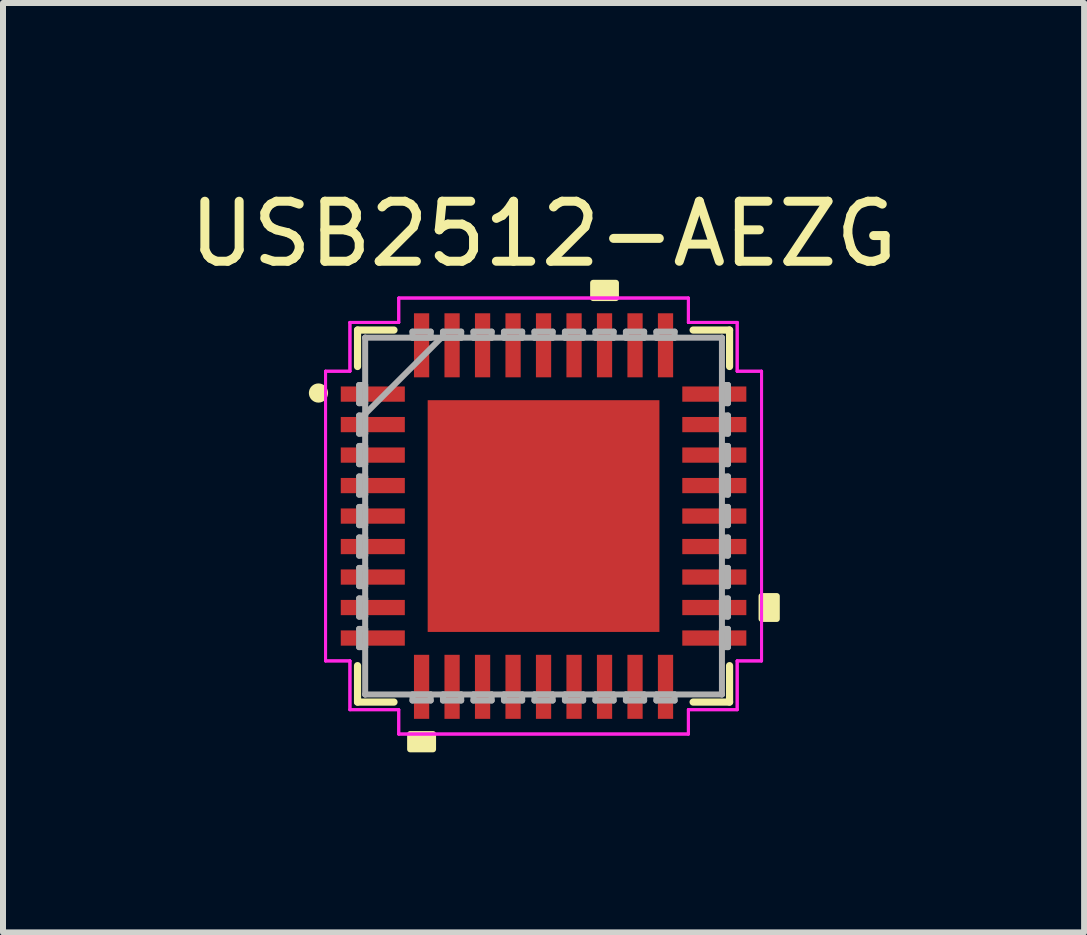
<source format=kicad_pcb>
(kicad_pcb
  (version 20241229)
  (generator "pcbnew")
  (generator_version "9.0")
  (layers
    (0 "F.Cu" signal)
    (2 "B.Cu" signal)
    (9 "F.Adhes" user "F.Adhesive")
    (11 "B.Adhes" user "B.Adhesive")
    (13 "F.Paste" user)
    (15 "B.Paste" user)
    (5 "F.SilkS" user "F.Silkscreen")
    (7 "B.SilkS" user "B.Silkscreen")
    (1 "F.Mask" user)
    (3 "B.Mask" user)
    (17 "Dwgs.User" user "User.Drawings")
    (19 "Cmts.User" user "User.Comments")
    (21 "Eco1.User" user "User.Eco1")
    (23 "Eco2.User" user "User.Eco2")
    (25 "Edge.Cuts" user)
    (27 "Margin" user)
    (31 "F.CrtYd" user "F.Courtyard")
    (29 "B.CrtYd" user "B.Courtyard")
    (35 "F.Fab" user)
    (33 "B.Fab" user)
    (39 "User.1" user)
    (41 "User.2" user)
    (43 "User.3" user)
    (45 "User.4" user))
  (footprint "USB2512-AEZG"
    (layer "F.Cu")
    (at 6.006 5.548)
    (property "Reference" "USB2512-AEZG" (at 0 -4.7 0) (layer "F.SilkS") (effects (font (size 1 1) (thickness 0.15))))
    (attr smd)
    (fp_poly (pts (xy -1.994 -1.994) (xy -1.381 -1.994) (xy -1.381 1.994) (xy -1.994 1.994)) (stroke (width 0.1) (type solid)) (fill yes) (layer "F.Mask"))
    (fp_poly (pts (xy -1.994 -1.994) (xy 1.994 -1.994) (xy 1.994 -1.381) (xy -1.994 -1.381)) (stroke (width 0.1) (type solid)) (fill yes) (layer "F.Mask"))
    (fp_poly (pts (xy -1.994 -0.981) (xy 1.994 -0.981) (xy 1.994 -0.594) (xy -1.994 -0.594)) (stroke (width 0.1) (type solid)) (fill yes) (layer "F.Mask"))
    (fp_poly (pts (xy -1.994 -0.194) (xy 1.994 -0.194) (xy 1.994 0.194) (xy -1.994 0.194)) (stroke (width 0.1) (type solid)) (fill yes) (layer "F.Mask"))
    (fp_poly (pts (xy -1.994 0.594) (xy 1.994 0.594) (xy 1.994 0.981) (xy -1.994 0.981)) (stroke (width 0.1) (type solid)) (fill yes) (layer "F.Mask"))
    (fp_poly (pts (xy -1.994 1.381) (xy 1.994 1.381) (xy 1.994 1.994) (xy -1.994 1.994)) (stroke (width 0.1) (type solid)) (fill yes) (layer "F.Mask"))
    (fp_poly (pts (xy -0.594 -1.994) (xy -0.981 -1.994) (xy -0.981 1.994) (xy -0.594 1.994)) (stroke (width 0.1) (type solid)) (fill yes) (layer "F.Mask"))
    (fp_poly (pts (xy 0.194 -1.994) (xy -0.194 -1.994) (xy -0.194 1.994) (xy 0.194 1.994)) (stroke (width 0.1) (type solid)) (fill yes) (layer "F.Mask"))
    (fp_poly (pts (xy 0.981 -1.994) (xy 0.594 -1.994) (xy 0.594 1.994) (xy 0.981 1.994)) (stroke (width 0.1) (type solid)) (fill yes) (layer "F.Mask"))
    (fp_poly (pts (xy 1.381 -1.994) (xy 1.994 -1.994) (xy 1.994 1.994) (xy 1.381 1.994)) (stroke (width 0.1) (type solid)) (fill yes) (layer "F.Mask"))
    (fp_line (start -3.099 -3.099) (end -3.099 -2.492) (stroke (width 0.12) (type solid)) (layer "F.SilkS"))
    (fp_line (start -3.099 2.492) (end -3.099 3.099) (stroke (width 0.12) (type solid)) (layer "F.SilkS"))
    (fp_line (start -3.099 3.099) (end -2.492 3.099) (stroke (width 0.12) (type solid)) (layer "F.SilkS"))
    (fp_line (start -2.492 -3.099) (end -3.099 -3.099) (stroke (width 0.12) (type solid)) (layer "F.SilkS"))
    (fp_line (start 2.492 3.099) (end 3.099 3.099) (stroke (width 0.12) (type solid)) (layer "F.SilkS"))
    (fp_line (start 3.099 -3.099) (end 2.492 -3.099) (stroke (width 0.12) (type solid)) (layer "F.SilkS"))
    (fp_line (start 3.099 -2.492) (end 3.099 -3.099) (stroke (width 0.12) (type solid)) (layer "F.SilkS"))
    (fp_line (start 3.099 3.099) (end 3.099 2.492) (stroke (width 0.12) (type solid)) (layer "F.SilkS"))
    (fp_circle (center -3.75 -2.05) (end -3.65 -2.05) (stroke (width 0.12) (type solid)) (fill yes) (layer "F.SilkS"))
    (fp_poly (pts (xy -2.223 3.632) (xy -2.223 3.886) (xy -1.841 3.886) (xy -1.841 3.632)) (stroke (width 0.1) (type solid)) (fill yes) (layer "F.SilkS"))
    (fp_poly (pts (xy 0.826 -3.632) (xy 0.826 -3.886) (xy 1.206 -3.886) (xy 1.206 -3.632)) (stroke (width 0.1) (type solid)) (fill yes) (layer "F.SilkS"))
    (fp_poly (pts (xy 3.886 1.333) (xy 3.886 1.714) (xy 3.632 1.714) (xy 3.632 1.333)) (stroke (width 0.1) (type solid)) (fill yes) (layer "F.SilkS"))
    (fp_poly (pts (xy -1.855 -1.855) (xy -1.855 -1.281) (xy -1.423 -1.281) (xy -1.281 -1.423) (xy -1.281 -1.855)) (stroke (width 0.1) (type solid)) (fill yes) (layer "F.Paste"))
    (fp_poly (pts (xy -1.855 1.281) (xy -1.855 1.855) (xy -1.281 1.855) (xy -1.281 1.423) (xy -1.423 1.281)) (stroke (width 0.1) (type solid)) (fill yes) (layer "F.Paste"))
    (fp_poly (pts (xy 1.281 -1.855) (xy 1.281 -1.423) (xy 1.423 -1.281) (xy 1.855 -1.281) (xy 1.855 -1.855)) (stroke (width 0.1) (type solid)) (fill yes) (layer "F.Paste"))
    (fp_poly (pts (xy 1.423 1.281) (xy 1.281 1.423) (xy 1.281 1.855) (xy 1.855 1.855) (xy 1.855 1.281)) (stroke (width 0.1) (type solid)) (fill yes) (layer "F.Paste"))
    (fp_poly (pts (xy -1.855 -1.081) (xy -1.855 -0.494) (xy -1.423 -0.494) (xy -1.281 -0.635) (xy -1.281 -0.94) (xy -1.423 -1.081)) (stroke (width 0.1) (type solid)) (fill yes) (layer "F.Paste"))
    (fp_poly (pts (xy -1.855 -0.294) (xy -1.855 0.294) (xy -1.423 0.294) (xy -1.281 0.152) (xy -1.281 -0.152) (xy -1.423 -0.294)) (stroke (width 0.1) (type solid)) (fill yes) (layer "F.Paste"))
    (fp_poly (pts (xy -1.855 0.494) (xy -1.855 1.081) (xy -1.423 1.081) (xy -1.281 0.94) (xy -1.281 0.635) (xy -1.423 0.494)) (stroke (width 0.1) (type solid)) (fill yes) (layer "F.Paste"))
    (fp_poly (pts (xy -1.081 -1.855) (xy -1.081 -1.423) (xy -0.94 -1.281) (xy -0.635 -1.281) (xy -0.494 -1.423) (xy -0.494 -1.855)) (stroke (width 0.1) (type solid)) (fill yes) (layer "F.Paste"))
    (fp_poly (pts (xy -0.94 1.281) (xy -1.081 1.423) (xy -1.081 1.855) (xy -0.494 1.855) (xy -0.494 1.423) (xy -0.635 1.281)) (stroke (width 0.1) (type solid)) (fill yes) (layer "F.Paste"))
    (fp_poly (pts (xy -0.294 -1.855) (xy -0.294 -1.423) (xy -0.152 -1.281) (xy 0.152 -1.281) (xy 0.294 -1.423) (xy 0.294 -1.855)) (stroke (width 0.1) (type solid)) (fill yes) (layer "F.Paste"))
    (fp_poly (pts (xy -0.152 1.281) (xy -0.294 1.423) (xy -0.294 1.855) (xy 0.294 1.855) (xy 0.294 1.423) (xy 0.152 1.281)) (stroke (width 0.1) (type solid)) (fill yes) (layer "F.Paste"))
    (fp_poly (pts (xy 0.494 -1.855) (xy 0.494 -1.423) (xy 0.635 -1.281) (xy 0.94 -1.281) (xy 1.081 -1.423) (xy 1.081 -1.855)) (stroke (width 0.1) (type solid)) (fill yes) (layer "F.Paste"))
    (fp_poly (pts (xy 0.635 1.281) (xy 0.494 1.423) (xy 0.494 1.855) (xy 1.081 1.855) (xy 1.081 1.423) (xy 0.94 1.281)) (stroke (width 0.1) (type solid)) (fill yes) (layer "F.Paste"))
    (fp_poly (pts (xy 1.423 -1.081) (xy 1.281 -0.94) (xy 1.281 -0.635) (xy 1.423 -0.494) (xy 1.855 -0.494) (xy 1.855 -1.081)) (stroke (width 0.1) (type solid)) (fill yes) (layer "F.Paste"))
    (fp_poly (pts (xy 1.423 -0.294) (xy 1.281 -0.152) (xy 1.281 0.152) (xy 1.423 0.294) (xy 1.855 0.294) (xy 1.855 -0.294)) (stroke (width 0.1) (type solid)) (fill yes) (layer "F.Paste"))
    (fp_poly (pts (xy 1.423 0.494) (xy 1.281 0.635) (xy 1.281 0.94) (xy 1.423 1.081) (xy 1.855 1.081) (xy 1.855 0.494)) (stroke (width 0.1) (type solid)) (fill yes) (layer "F.Paste"))
    (fp_poly (pts (xy -0.94 -1.081) (xy -1.081 -0.94) (xy -1.081 -0.635) (xy -0.94 -0.494) (xy -0.635 -0.494) (xy -0.494 -0.635) (xy -0.494 -0.94) (xy -0.635 -1.081)) (stroke (width 0.1) (type solid)) (fill yes) (layer "F.Paste"))
    (fp_poly (pts (xy -0.94 -0.294) (xy -1.081 -0.152) (xy -1.081 0.152) (xy -0.94 0.294) (xy -0.635 0.294) (xy -0.494 0.152) (xy -0.494 -0.152) (xy -0.635 -0.294)) (stroke (width 0.1) (type solid)) (fill yes) (layer "F.Paste"))
    (fp_poly (pts (xy -0.94 0.494) (xy -1.081 0.635) (xy -1.081 0.94) (xy -0.94 1.081) (xy -0.635 1.081) (xy -0.494 0.94) (xy -0.494 0.635) (xy -0.635 0.494)) (stroke (width 0.1) (type solid)) (fill yes) (layer "F.Paste"))
    (fp_poly (pts (xy -0.152 -1.081) (xy -0.294 -0.94) (xy -0.294 -0.635) (xy -0.152 -0.494) (xy 0.152 -0.494) (xy 0.294 -0.635) (xy 0.294 -0.94) (xy 0.152 -1.081)) (stroke (width 0.1) (type solid)) (fill yes) (layer "F.Paste"))
    (fp_poly (pts (xy -0.152 -0.294) (xy -0.294 -0.152) (xy -0.294 0.152) (xy -0.152 0.294) (xy 0.152 0.294) (xy 0.294 0.152) (xy 0.294 -0.152) (xy 0.152 -0.294)) (stroke (width 0.1) (type solid)) (fill yes) (layer "F.Paste"))
    (fp_poly (pts (xy -0.152 0.494) (xy -0.294 0.635) (xy -0.294 0.94) (xy -0.152 1.081) (xy 0.152 1.081) (xy 0.294 0.94) (xy 0.294 0.635) (xy 0.152 0.494)) (stroke (width 0.1) (type solid)) (fill yes) (layer "F.Paste"))
    (fp_poly (pts (xy 0.635 -1.081) (xy 0.494 -0.94) (xy 0.494 -0.635) (xy 0.635 -0.494) (xy 0.94 -0.494) (xy 1.081 -0.635) (xy 1.081 -0.94) (xy 0.94 -1.081)) (stroke (width 0.1) (type solid)) (fill yes) (layer "F.Paste"))
    (fp_poly (pts (xy 0.635 -0.294) (xy 0.494 -0.152) (xy 0.494 0.152) (xy 0.635 0.294) (xy 0.94 0.294) (xy 1.081 0.152) (xy 1.081 -0.152) (xy 0.94 -0.294)) (stroke (width 0.1) (type solid)) (fill yes) (layer "F.Paste"))
    (fp_poly (pts (xy 0.635 0.494) (xy 0.494 0.635) (xy 0.494 0.94) (xy 0.635 1.081) (xy 0.94 1.081) (xy 1.081 0.94) (xy 1.081 0.635) (xy 0.94 0.494)) (stroke (width 0.1) (type solid)) (fill yes) (layer "F.Paste"))
    (fp_circle (center -1.181 -1.181) (end -0.8 -1.181) (stroke (width 0.152) (type solid)) (fill no) (layer "Eco1.User"))
    (fp_circle (center -1.181 -0.394) (end -0.8 -0.394) (stroke (width 0.152) (type solid)) (fill no) (layer "Eco1.User"))
    (fp_circle (center -1.181 0.394) (end -0.8 0.394) (stroke (width 0.152) (type solid)) (fill no) (layer "Eco1.User"))
    (fp_circle (center -1.181 1.181) (end -0.8 1.181) (stroke (width 0.152) (type solid)) (fill no) (layer "Eco1.User"))
    (fp_circle (center -0.394 -1.181) (end -0.013 -1.181) (stroke (width 0.152) (type solid)) (fill no) (layer "Eco1.User"))
    (fp_circle (center -0.394 -0.394) (end -0.013 -0.394) (stroke (width 0.152) (type solid)) (fill no) (layer "Eco1.User"))
    (fp_circle (center -0.394 0.394) (end -0.013 0.394) (stroke (width 0.152) (type solid)) (fill no) (layer "Eco1.User"))
    (fp_circle (center -0.394 1.181) (end -0.013 1.181) (stroke (width 0.152) (type solid)) (fill no) (layer "Eco1.User"))
    (fp_circle (center 0.394 -1.181) (end 0.775 -1.181) (stroke (width 0.152) (type solid)) (fill no) (layer "Eco1.User"))
    (fp_circle (center 0.394 -0.394) (end 0.775 -0.394) (stroke (width 0.152) (type solid)) (fill no) (layer "Eco1.User"))
    (fp_circle (center 0.394 0.394) (end 0.775 0.394) (stroke (width 0.152) (type solid)) (fill no) (layer "Eco1.User"))
    (fp_circle (center 0.394 1.181) (end 0.775 1.181) (stroke (width 0.152) (type solid)) (fill no) (layer "Eco1.User"))
    (fp_circle (center 1.181 -1.181) (end 1.562 -1.181) (stroke (width 0.152) (type solid)) (fill no) (layer "Eco1.User"))
    (fp_circle (center 1.181 -0.394) (end 1.562 -0.394) (stroke (width 0.152) (type solid)) (fill no) (layer "Eco1.User"))
    (fp_circle (center 1.181 0.394) (end 1.562 0.394) (stroke (width 0.152) (type solid)) (fill no) (layer "Eco1.User"))
    (fp_circle (center 1.181 1.181) (end 1.562 1.181) (stroke (width 0.152) (type solid)) (fill no) (layer "Eco1.User"))
    (fp_line (start -3.632 -2.413) (end -3.226 -2.413) (stroke (width 0.05) (type solid)) (layer "F.CrtYd"))
    (fp_line (start -3.632 -2.413) (end -3.226 -2.413) (stroke (width 0.05) (type solid)) (layer "F.CrtYd"))
    (fp_line (start -3.632 2.413) (end -3.632 -2.413) (stroke (width 0.05) (type solid)) (layer "F.CrtYd"))
    (fp_line (start -3.632 2.413) (end -3.632 -2.413) (stroke (width 0.05) (type solid)) (layer "F.CrtYd"))
    (fp_line (start -3.226 -3.226) (end -2.413 -3.226) (stroke (width 0.05) (type solid)) (layer "F.CrtYd"))
    (fp_line (start -3.226 -3.226) (end -2.413 -3.226) (stroke (width 0.05) (type solid)) (layer "F.CrtYd"))
    (fp_line (start -3.226 -2.413) (end -3.226 -3.226) (stroke (width 0.05) (type solid)) (layer "F.CrtYd"))
    (fp_line (start -3.226 -2.413) (end -3.226 -3.226) (stroke (width 0.05) (type solid)) (layer "F.CrtYd"))
    (fp_line (start -3.226 2.413) (end -3.632 2.413) (stroke (width 0.05) (type solid)) (layer "F.CrtYd"))
    (fp_line (start -3.226 2.413) (end -3.632 2.413) (stroke (width 0.05) (type solid)) (layer "F.CrtYd"))
    (fp_line (start -3.226 3.226) (end -3.226 2.413) (stroke (width 0.05) (type solid)) (layer "F.CrtYd"))
    (fp_line (start -3.226 3.226) (end -3.226 2.413) (stroke (width 0.05) (type solid)) (layer "F.CrtYd"))
    (fp_line (start -2.413 -3.632) (end 2.413 -3.632) (stroke (width 0.05) (type solid)) (layer "F.CrtYd"))
    (fp_line (start -2.413 -3.632) (end 2.413 -3.632) (stroke (width 0.05) (type solid)) (layer "F.CrtYd"))
    (fp_line (start -2.413 -3.226) (end -2.413 -3.632) (stroke (width 0.05) (type solid)) (layer "F.CrtYd"))
    (fp_line (start -2.413 -3.226) (end -2.413 -3.632) (stroke (width 0.05) (type solid)) (layer "F.CrtYd"))
    (fp_line (start -2.413 3.226) (end -3.226 3.226) (stroke (width 0.05) (type solid)) (layer "F.CrtYd"))
    (fp_line (start -2.413 3.226) (end -3.226 3.226) (stroke (width 0.05) (type solid)) (layer "F.CrtYd"))
    (fp_line (start -2.413 3.632) (end -2.413 3.226) (stroke (width 0.05) (type solid)) (layer "F.CrtYd"))
    (fp_line (start -2.413 3.632) (end -2.413 3.226) (stroke (width 0.05) (type solid)) (layer "F.CrtYd"))
    (fp_line (start 2.413 -3.632) (end 2.413 -3.226) (stroke (width 0.05) (type solid)) (layer "F.CrtYd"))
    (fp_line (start 2.413 -3.632) (end 2.413 -3.226) (stroke (width 0.05) (type solid)) (layer "F.CrtYd"))
    (fp_line (start 2.413 -3.226) (end 3.226 -3.226) (stroke (width 0.05) (type solid)) (layer "F.CrtYd"))
    (fp_line (start 2.413 -3.226) (end 3.226 -3.226) (stroke (width 0.05) (type solid)) (layer "F.CrtYd"))
    (fp_line (start 2.413 3.226) (end 2.413 3.632) (stroke (width 0.05) (type solid)) (layer "F.CrtYd"))
    (fp_line (start 2.413 3.226) (end 2.413 3.632) (stroke (width 0.05) (type solid)) (layer "F.CrtYd"))
    (fp_line (start 2.413 3.632) (end -2.413 3.632) (stroke (width 0.05) (type solid)) (layer "F.CrtYd"))
    (fp_line (start 2.413 3.632) (end -2.413 3.632) (stroke (width 0.05) (type solid)) (layer "F.CrtYd"))
    (fp_line (start 3.226 -3.226) (end 3.226 -2.413) (stroke (width 0.05) (type solid)) (layer "F.CrtYd"))
    (fp_line (start 3.226 -3.226) (end 3.226 -2.413) (stroke (width 0.05) (type solid)) (layer "F.CrtYd"))
    (fp_line (start 3.226 -2.413) (end 3.632 -2.413) (stroke (width 0.05) (type solid)) (layer "F.CrtYd"))
    (fp_line (start 3.226 -2.413) (end 3.632 -2.413) (stroke (width 0.05) (type solid)) (layer "F.CrtYd"))
    (fp_line (start 3.226 2.413) (end 3.226 3.226) (stroke (width 0.05) (type solid)) (layer "F.CrtYd"))
    (fp_line (start 3.226 2.413) (end 3.226 3.226) (stroke (width 0.05) (type solid)) (layer "F.CrtYd"))
    (fp_line (start 3.226 3.226) (end 2.413 3.226) (stroke (width 0.05) (type solid)) (layer "F.CrtYd"))
    (fp_line (start 3.226 3.226) (end 2.413 3.226) (stroke (width 0.05) (type solid)) (layer "F.CrtYd"))
    (fp_line (start 3.632 -2.413) (end 3.632 2.413) (stroke (width 0.05) (type solid)) (layer "F.CrtYd"))
    (fp_line (start 3.632 -2.413) (end 3.632 2.413) (stroke (width 0.05) (type solid)) (layer "F.CrtYd"))
    (fp_line (start 3.632 2.413) (end 3.226 2.413) (stroke (width 0.05) (type solid)) (layer "F.CrtYd"))
    (fp_line (start 3.632 2.413) (end 3.226 2.413) (stroke (width 0.05) (type solid)) (layer "F.CrtYd"))
    (fp_line (start -3.073 -2.184) (end -3.073 -1.88) (stroke (width 0.1) (type solid)) (layer "F.Fab"))
    (fp_line (start -3.073 -1.88) (end -2.972 -1.88) (stroke (width 0.1) (type solid)) (layer "F.Fab"))
    (fp_line (start -3.073 -1.676) (end -3.073 -1.372) (stroke (width 0.1) (type solid)) (layer "F.Fab"))
    (fp_line (start -3.073 -1.372) (end -2.972 -1.372) (stroke (width 0.1) (type solid)) (layer "F.Fab"))
    (fp_line (start -3.073 -1.168) (end -3.073 -0.864) (stroke (width 0.1) (type solid)) (layer "F.Fab"))
    (fp_line (start -3.073 -0.864) (end -2.972 -0.864) (stroke (width 0.1) (type solid)) (layer "F.Fab"))
    (fp_line (start -3.073 -0.66) (end -3.073 -0.356) (stroke (width 0.1) (type solid)) (layer "F.Fab"))
    (fp_line (start -3.073 -0.356) (end -2.972 -0.356) (stroke (width 0.1) (type solid)) (layer "F.Fab"))
    (fp_line (start -3.073 -0.152) (end -3.073 0.152) (stroke (width 0.1) (type solid)) (layer "F.Fab"))
    (fp_line (start -3.073 0.152) (end -2.972 0.152) (stroke (width 0.1) (type solid)) (layer "F.Fab"))
    (fp_line (start -3.073 0.356) (end -3.073 0.66) (stroke (width 0.1) (type solid)) (layer "F.Fab"))
    (fp_line (start -3.073 0.66) (end -2.972 0.66) (stroke (width 0.1) (type solid)) (layer "F.Fab"))
    (fp_line (start -3.073 0.864) (end -3.073 1.168) (stroke (width 0.1) (type solid)) (layer "F.Fab"))
    (fp_line (start -3.073 1.168) (end -2.972 1.168) (stroke (width 0.1) (type solid)) (layer "F.Fab"))
    (fp_line (start -3.073 1.372) (end -3.073 1.676) (stroke (width 0.1) (type solid)) (layer "F.Fab"))
    (fp_line (start -3.073 1.676) (end -2.972 1.676) (stroke (width 0.1) (type solid)) (layer "F.Fab"))
    (fp_line (start -3.073 1.88) (end -3.073 2.184) (stroke (width 0.1) (type solid)) (layer "F.Fab"))
    (fp_line (start -3.073 2.184) (end -2.972 2.184) (stroke (width 0.1) (type solid)) (layer "F.Fab"))
    (fp_line (start -2.972 -2.972) (end -2.972 -2.972) (stroke (width 0.1) (type solid)) (layer "F.Fab"))
    (fp_line (start -2.972 -2.972) (end -2.972 2.972) (stroke (width 0.1) (type solid)) (layer "F.Fab"))
    (fp_line (start -2.972 -2.184) (end -3.073 -2.184) (stroke (width 0.1) (type solid)) (layer "F.Fab"))
    (fp_line (start -2.972 -1.88) (end -2.972 -2.184) (stroke (width 0.1) (type solid)) (layer "F.Fab"))
    (fp_line (start -2.972 -1.702) (end -1.702 -2.972) (stroke (width 0.1) (type solid)) (layer "F.Fab"))
    (fp_line (start -2.972 -1.676) (end -3.073 -1.676) (stroke (width 0.1) (type solid)) (layer "F.Fab"))
    (fp_line (start -2.972 -1.372) (end -2.972 -1.676) (stroke (width 0.1) (type solid)) (layer "F.Fab"))
    (fp_line (start -2.972 -1.168) (end -3.073 -1.168) (stroke (width 0.1) (type solid)) (layer "F.Fab"))
    (fp_line (start -2.972 -0.864) (end -2.972 -1.168) (stroke (width 0.1) (type solid)) (layer "F.Fab"))
    (fp_line (start -2.972 -0.66) (end -3.073 -0.66) (stroke (width 0.1) (type solid)) (layer "F.Fab"))
    (fp_line (start -2.972 -0.356) (end -2.972 -0.66) (stroke (width 0.1) (type solid)) (layer "F.Fab"))
    (fp_line (start -2.972 -0.152) (end -3.073 -0.152) (stroke (width 0.1) (type solid)) (layer "F.Fab"))
    (fp_line (start -2.972 0.152) (end -2.972 -0.152) (stroke (width 0.1) (type solid)) (layer "F.Fab"))
    (fp_line (start -2.972 0.356) (end -3.073 0.356) (stroke (width 0.1) (type solid)) (layer "F.Fab"))
    (fp_line (start -2.972 0.66) (end -2.972 0.356) (stroke (width 0.1) (type solid)) (layer "F.Fab"))
    (fp_line (start -2.972 0.864) (end -3.073 0.864) (stroke (width 0.1) (type solid)) (layer "F.Fab"))
    (fp_line (start -2.972 1.168) (end -2.972 0.864) (stroke (width 0.1) (type solid)) (layer "F.Fab"))
    (fp_line (start -2.972 1.372) (end -3.073 1.372) (stroke (width 0.1) (type solid)) (layer "F.Fab"))
    (fp_line (start -2.972 1.676) (end -2.972 1.372) (stroke (width 0.1) (type solid)) (layer "F.Fab"))
    (fp_line (start -2.972 1.88) (end -3.073 1.88) (stroke (width 0.1) (type solid)) (layer "F.Fab"))
    (fp_line (start -2.972 2.184) (end -2.972 1.88) (stroke (width 0.1) (type solid)) (layer "F.Fab"))
    (fp_line (start -2.972 2.972) (end -2.972 2.972) (stroke (width 0.1) (type solid)) (layer "F.Fab"))
    (fp_line (start -2.972 2.972) (end 2.972 2.972) (stroke (width 0.1) (type solid)) (layer "F.Fab"))
    (fp_line (start -2.184 -3.073) (end -2.184 -2.972) (stroke (width 0.1) (type solid)) (layer "F.Fab"))
    (fp_line (start -2.184 -2.972) (end -1.88 -2.972) (stroke (width 0.1) (type solid)) (layer "F.Fab"))
    (fp_line (start -2.184 2.972) (end -2.184 3.073) (stroke (width 0.1) (type solid)) (layer "F.Fab"))
    (fp_line (start -2.184 3.073) (end -1.88 3.073) (stroke (width 0.1) (type solid)) (layer "F.Fab"))
    (fp_line (start -1.88 -3.073) (end -2.184 -3.073) (stroke (width 0.1) (type solid)) (layer "F.Fab"))
    (fp_line (start -1.88 -2.972) (end -1.88 -3.073) (stroke (width 0.1) (type solid)) (layer "F.Fab"))
    (fp_line (start -1.88 2.972) (end -2.184 2.972) (stroke (width 0.1) (type solid)) (layer "F.Fab"))
    (fp_line (start -1.88 3.073) (end -1.88 2.972) (stroke (width 0.1) (type solid)) (layer "F.Fab"))
    (fp_line (start -1.676 -3.073) (end -1.676 -2.972) (stroke (width 0.1) (type solid)) (layer "F.Fab"))
    (fp_line (start -1.676 -2.972) (end -1.372 -2.972) (stroke (width 0.1) (type solid)) (layer "F.Fab"))
    (fp_line (start -1.676 2.972) (end -1.676 3.073) (stroke (width 0.1) (type solid)) (layer "F.Fab"))
    (fp_line (start -1.676 3.073) (end -1.372 3.073) (stroke (width 0.1) (type solid)) (layer "F.Fab"))
    (fp_line (start -1.372 -3.073) (end -1.676 -3.073) (stroke (width 0.1) (type solid)) (layer "F.Fab"))
    (fp_line (start -1.372 -2.972) (end -1.372 -3.073) (stroke (width 0.1) (type solid)) (layer "F.Fab"))
    (fp_line (start -1.372 2.972) (end -1.676 2.972) (stroke (width 0.1) (type solid)) (layer "F.Fab"))
    (fp_line (start -1.372 3.073) (end -1.372 2.972) (stroke (width 0.1) (type solid)) (layer "F.Fab"))
    (fp_line (start -1.168 -3.073) (end -1.168 -2.972) (stroke (width 0.1) (type solid)) (layer "F.Fab"))
    (fp_line (start -1.168 -2.972) (end -0.864 -2.972) (stroke (width 0.1) (type solid)) (layer "F.Fab"))
    (fp_line (start -1.168 2.972) (end -1.168 3.073) (stroke (width 0.1) (type solid)) (layer "F.Fab"))
    (fp_line (start -1.168 3.073) (end -0.864 3.073) (stroke (width 0.1) (type solid)) (layer "F.Fab"))
    (fp_line (start -0.864 -3.073) (end -1.168 -3.073) (stroke (width 0.1) (type solid)) (layer "F.Fab"))
    (fp_line (start -0.864 -2.972) (end -0.864 -3.073) (stroke (width 0.1) (type solid)) (layer "F.Fab"))
    (fp_line (start -0.864 2.972) (end -1.168 2.972) (stroke (width 0.1) (type solid)) (layer "F.Fab"))
    (fp_line (start -0.864 3.073) (end -0.864 2.972) (stroke (width 0.1) (type solid)) (layer "F.Fab"))
    (fp_line (start -0.66 -3.073) (end -0.66 -2.972) (stroke (width 0.1) (type solid)) (layer "F.Fab"))
    (fp_line (start -0.66 -2.972) (end -0.356 -2.972) (stroke (width 0.1) (type solid)) (layer "F.Fab"))
    (fp_line (start -0.66 2.972) (end -0.66 3.073) (stroke (width 0.1) (type solid)) (layer "F.Fab"))
    (fp_line (start -0.66 3.073) (end -0.356 3.073) (stroke (width 0.1) (type solid)) (layer "F.Fab"))
    (fp_line (start -0.356 -3.073) (end -0.66 -3.073) (stroke (width 0.1) (type solid)) (layer "F.Fab"))
    (fp_line (start -0.356 -2.972) (end -0.356 -3.073) (stroke (width 0.1) (type solid)) (layer "F.Fab"))
    (fp_line (start -0.356 2.972) (end -0.66 2.972) (stroke (width 0.1) (type solid)) (layer "F.Fab"))
    (fp_line (start -0.356 3.073) (end -0.356 2.972) (stroke (width 0.1) (type solid)) (layer "F.Fab"))
    (fp_line (start -0.152 -3.073) (end -0.152 -2.972) (stroke (width 0.1) (type solid)) (layer "F.Fab"))
    (fp_line (start -0.152 -2.972) (end 0.152 -2.972) (stroke (width 0.1) (type solid)) (layer "F.Fab"))
    (fp_line (start -0.152 2.972) (end -0.152 3.073) (stroke (width 0.1) (type solid)) (layer "F.Fab"))
    (fp_line (start -0.152 3.073) (end 0.152 3.073) (stroke (width 0.1) (type solid)) (layer "F.Fab"))
    (fp_line (start 0.152 -3.073) (end -0.152 -3.073) (stroke (width 0.1) (type solid)) (layer "F.Fab"))
    (fp_line (start 0.152 -2.972) (end 0.152 -3.073) (stroke (width 0.1) (type solid)) (layer "F.Fab"))
    (fp_line (start 0.152 2.972) (end -0.152 2.972) (stroke (width 0.1) (type solid)) (layer "F.Fab"))
    (fp_line (start 0.152 3.073) (end 0.152 2.972) (stroke (width 0.1) (type solid)) (layer "F.Fab"))
    (fp_line (start 0.356 -3.073) (end 0.356 -2.972) (stroke (width 0.1) (type solid)) (layer "F.Fab"))
    (fp_line (start 0.356 -2.972) (end 0.66 -2.972) (stroke (width 0.1) (type solid)) (layer "F.Fab"))
    (fp_line (start 0.356 2.972) (end 0.356 3.073) (stroke (width 0.1) (type solid)) (layer "F.Fab"))
    (fp_line (start 0.356 3.073) (end 0.66 3.073) (stroke (width 0.1) (type solid)) (layer "F.Fab"))
    (fp_line (start 0.66 -3.073) (end 0.356 -3.073) (stroke (width 0.1) (type solid)) (layer "F.Fab"))
    (fp_line (start 0.66 -2.972) (end 0.66 -3.073) (stroke (width 0.1) (type solid)) (layer "F.Fab"))
    (fp_line (start 0.66 2.972) (end 0.356 2.972) (stroke (width 0.1) (type solid)) (layer "F.Fab"))
    (fp_line (start 0.66 3.073) (end 0.66 2.972) (stroke (width 0.1) (type solid)) (layer "F.Fab"))
    (fp_line (start 0.864 -3.073) (end 0.864 -2.972) (stroke (width 0.1) (type solid)) (layer "F.Fab"))
    (fp_line (start 0.864 -2.972) (end 1.168 -2.972) (stroke (width 0.1) (type solid)) (layer "F.Fab"))
    (fp_line (start 0.864 2.972) (end 0.864 3.073) (stroke (width 0.1) (type solid)) (layer "F.Fab"))
    (fp_line (start 0.864 3.073) (end 1.168 3.073) (stroke (width 0.1) (type solid)) (layer "F.Fab"))
    (fp_line (start 1.168 -3.073) (end 0.864 -3.073) (stroke (width 0.1) (type solid)) (layer "F.Fab"))
    (fp_line (start 1.168 -2.972) (end 1.168 -3.073) (stroke (width 0.1) (type solid)) (layer "F.Fab"))
    (fp_line (start 1.168 2.972) (end 0.864 2.972) (stroke (width 0.1) (type solid)) (layer "F.Fab"))
    (fp_line (start 1.168 3.073) (end 1.168 2.972) (stroke (width 0.1) (type solid)) (layer "F.Fab"))
    (fp_line (start 1.372 -3.073) (end 1.372 -2.972) (stroke (width 0.1) (type solid)) (layer "F.Fab"))
    (fp_line (start 1.372 -2.972) (end 1.676 -2.972) (stroke (width 0.1) (type solid)) (layer "F.Fab"))
    (fp_line (start 1.372 2.972) (end 1.372 3.073) (stroke (width 0.1) (type solid)) (layer "F.Fab"))
    (fp_line (start 1.372 3.073) (end 1.676 3.073) (stroke (width 0.1) (type solid)) (layer "F.Fab"))
    (fp_line (start 1.676 -3.073) (end 1.372 -3.073) (stroke (width 0.1) (type solid)) (layer "F.Fab"))
    (fp_line (start 1.676 -2.972) (end 1.676 -3.073) (stroke (width 0.1) (type solid)) (layer "F.Fab"))
    (fp_line (start 1.676 2.972) (end 1.372 2.972) (stroke (width 0.1) (type solid)) (layer "F.Fab"))
    (fp_line (start 1.676 3.073) (end 1.676 2.972) (stroke (width 0.1) (type solid)) (layer "F.Fab"))
    (fp_line (start 1.88 -3.073) (end 1.88 -2.972) (stroke (width 0.1) (type solid)) (layer "F.Fab"))
    (fp_line (start 1.88 -2.972) (end 2.184 -2.972) (stroke (width 0.1) (type solid)) (layer "F.Fab"))
    (fp_line (start 1.88 2.972) (end 1.88 3.073) (stroke (width 0.1) (type solid)) (layer "F.Fab"))
    (fp_line (start 1.88 3.073) (end 2.184 3.073) (stroke (width 0.1) (type solid)) (layer "F.Fab"))
    (fp_line (start 2.184 -3.073) (end 1.88 -3.073) (stroke (width 0.1) (type solid)) (layer "F.Fab"))
    (fp_line (start 2.184 -2.972) (end 2.184 -3.073) (stroke (width 0.1) (type solid)) (layer "F.Fab"))
    (fp_line (start 2.184 2.972) (end 1.88 2.972) (stroke (width 0.1) (type solid)) (layer "F.Fab"))
    (fp_line (start 2.184 3.073) (end 2.184 2.972) (stroke (width 0.1) (type solid)) (layer "F.Fab"))
    (fp_line (start 2.972 -2.972) (end -2.972 -2.972) (stroke (width 0.1) (type solid)) (layer "F.Fab"))
    (fp_line (start 2.972 -2.972) (end 2.972 -2.972) (stroke (width 0.1) (type solid)) (layer "F.Fab"))
    (fp_line (start 2.972 -2.184) (end 2.972 -1.88) (stroke (width 0.1) (type solid)) (layer "F.Fab"))
    (fp_line (start 2.972 -1.88) (end 3.073 -1.88) (stroke (width 0.1) (type solid)) (layer "F.Fab"))
    (fp_line (start 2.972 -1.676) (end 2.972 -1.372) (stroke (width 0.1) (type solid)) (layer "F.Fab"))
    (fp_line (start 2.972 -1.372) (end 3.073 -1.372) (stroke (width 0.1) (type solid)) (layer "F.Fab"))
    (fp_line (start 2.972 -1.168) (end 2.972 -0.864) (stroke (width 0.1) (type solid)) (layer "F.Fab"))
    (fp_line (start 2.972 -0.864) (end 3.073 -0.864) (stroke (width 0.1) (type solid)) (layer "F.Fab"))
    (fp_line (start 2.972 -0.66) (end 2.972 -0.356) (stroke (width 0.1) (type solid)) (layer "F.Fab"))
    (fp_line (start 2.972 -0.356) (end 3.073 -0.356) (stroke (width 0.1) (type solid)) (layer "F.Fab"))
    (fp_line (start 2.972 -0.152) (end 2.972 0.152) (stroke (width 0.1) (type solid)) (layer "F.Fab"))
    (fp_line (start 2.972 0.152) (end 3.073 0.152) (stroke (width 0.1) (type solid)) (layer "F.Fab"))
    (fp_line (start 2.972 0.356) (end 2.972 0.66) (stroke (width 0.1) (type solid)) (layer "F.Fab"))
    (fp_line (start 2.972 0.66) (end 3.073 0.66) (stroke (width 0.1) (type solid)) (layer "F.Fab"))
    (fp_line (start 2.972 0.864) (end 2.972 1.168) (stroke (width 0.1) (type solid)) (layer "F.Fab"))
    (fp_line (start 2.972 1.168) (end 3.073 1.168) (stroke (width 0.1) (type solid)) (layer "F.Fab"))
    (fp_line (start 2.972 1.372) (end 2.972 1.676) (stroke (width 0.1) (type solid)) (layer "F.Fab"))
    (fp_line (start 2.972 1.676) (end 3.073 1.676) (stroke (width 0.1) (type solid)) (layer "F.Fab"))
    (fp_line (start 2.972 1.88) (end 2.972 2.184) (stroke (width 0.1) (type solid)) (layer "F.Fab"))
    (fp_line (start 2.972 2.184) (end 3.073 2.184) (stroke (width 0.1) (type solid)) (layer "F.Fab"))
    (fp_line (start 2.972 2.972) (end 2.972 -2.972) (stroke (width 0.1) (type solid)) (layer "F.Fab"))
    (fp_line (start 2.972 2.972) (end 2.972 2.972) (stroke (width 0.1) (type solid)) (layer "F.Fab"))
    (fp_line (start 3.073 -2.184) (end 2.972 -2.184) (stroke (width 0.1) (type solid)) (layer "F.Fab"))
    (fp_line (start 3.073 -1.88) (end 3.073 -2.184) (stroke (width 0.1) (type solid)) (layer "F.Fab"))
    (fp_line (start 3.073 -1.676) (end 2.972 -1.676) (stroke (width 0.1) (type solid)) (layer "F.Fab"))
    (fp_line (start 3.073 -1.372) (end 3.073 -1.676) (stroke (width 0.1) (type solid)) (layer "F.Fab"))
    (fp_line (start 3.073 -1.168) (end 2.972 -1.168) (stroke (width 0.1) (type solid)) (layer "F.Fab"))
    (fp_line (start 3.073 -0.864) (end 3.073 -1.168) (stroke (width 0.1) (type solid)) (layer "F.Fab"))
    (fp_line (start 3.073 -0.66) (end 2.972 -0.66) (stroke (width 0.1) (type solid)) (layer "F.Fab"))
    (fp_line (start 3.073 -0.356) (end 3.073 -0.66) (stroke (width 0.1) (type solid)) (layer "F.Fab"))
    (fp_line (start 3.073 -0.152) (end 2.972 -0.152) (stroke (width 0.1) (type solid)) (layer "F.Fab"))
    (fp_line (start 3.073 0.152) (end 3.073 -0.152) (stroke (width 0.1) (type solid)) (layer "F.Fab"))
    (fp_line (start 3.073 0.356) (end 2.972 0.356) (stroke (width 0.1) (type solid)) (layer "F.Fab"))
    (fp_line (start 3.073 0.66) (end 3.073 0.356) (stroke (width 0.1) (type solid)) (layer "F.Fab"))
    (fp_line (start 3.073 0.864) (end 2.972 0.864) (stroke (width 0.1) (type solid)) (layer "F.Fab"))
    (fp_line (start 3.073 1.168) (end 3.073 0.864) (stroke (width 0.1) (type solid)) (layer "F.Fab"))
    (fp_line (start 3.073 1.372) (end 2.972 1.372) (stroke (width 0.1) (type solid)) (layer "F.Fab"))
    (fp_line (start 3.073 1.676) (end 3.073 1.372) (stroke (width 0.1) (type solid)) (layer "F.Fab"))
    (fp_line (start 3.073 1.88) (end 2.972 1.88) (stroke (width 0.1) (type solid)) (layer "F.Fab"))
    (fp_line (start 3.073 2.184) (end 3.073 1.88) (stroke (width 0.1) (type solid)) (layer "F.Fab"))
    (pad "1" smd rect (at -2.845 -2.032 90) (size 0.254 1.067) (layers "F.Cu" "F.Mask" "F.Paste"))
    (pad "2" smd rect (at -2.845 -1.524 90) (size 0.254 1.067) (layers "F.Cu" "F.Mask" "F.Paste"))
    (pad "3" smd rect (at -2.845 -1.016 90) (size 0.254 1.067) (layers "F.Cu" "F.Mask" "F.Paste"))
    (pad "4" smd rect (at -2.845 -0.508 90) (size 0.254 1.067) (layers "F.Cu" "F.Mask" "F.Paste"))
    (pad "5" smd rect (at -2.845 0 90) (size 0.254 1.067) (layers "F.Cu" "F.Mask" "F.Paste"))
    (pad "6" smd rect (at -2.845 0.508 90) (size 0.254 1.067) (layers "F.Cu" "F.Mask" "F.Paste"))
    (pad "7" smd rect (at -2.845 1.016 90) (size 0.254 1.067) (layers "F.Cu" "F.Mask" "F.Paste"))
    (pad "8" smd rect (at -2.845 1.524 90) (size 0.254 1.067) (layers "F.Cu" "F.Mask" "F.Paste"))
    (pad "9" smd rect (at -2.845 2.032 90) (size 0.254 1.067) (layers "F.Cu" "F.Mask" "F.Paste"))
    (pad "10" smd rect (at -2.032 2.845) (size 0.254 1.067) (layers "F.Cu" "F.Mask" "F.Paste"))
    (pad "11" smd rect (at -1.524 2.845) (size 0.254 1.067) (layers "F.Cu" "F.Mask" "F.Paste"))
    (pad "12" smd rect (at -1.016 2.845) (size 0.254 1.067) (layers "F.Cu" "F.Mask" "F.Paste"))
    (pad "13" smd rect (at -0.508 2.845) (size 0.254 1.067) (layers "F.Cu" "F.Mask" "F.Paste"))
    (pad "14" smd rect (at 0 2.845) (size 0.254 1.067) (layers "F.Cu" "F.Mask" "F.Paste"))
    (pad "15" smd rect (at 0.508 2.845) (size 0.254 1.067) (layers "F.Cu" "F.Mask" "F.Paste"))
    (pad "16" smd rect (at 1.016 2.845) (size 0.254 1.067) (layers "F.Cu" "F.Mask" "F.Paste"))
    (pad "17" smd rect (at 1.524 2.845) (size 0.254 1.067) (layers "F.Cu" "F.Mask" "F.Paste"))
    (pad "18" smd rect (at 2.032 2.845) (size 0.254 1.067) (layers "F.Cu" "F.Mask" "F.Paste"))
    (pad "19" smd rect (at 2.845 2.032 90) (size 0.254 1.067) (layers "F.Cu" "F.Mask" "F.Paste"))
    (pad "20" smd rect (at 2.845 1.524 90) (size 0.254 1.067) (layers "F.Cu" "F.Mask" "F.Paste"))
    (pad "21" smd rect (at 2.845 1.016 90) (size 0.254 1.067) (layers "F.Cu" "F.Mask" "F.Paste"))
    (pad "22" smd rect (at 2.845 0.508 90) (size 0.254 1.067) (layers "F.Cu" "F.Mask" "F.Paste"))
    (pad "23" smd rect (at 2.845 0 90) (size 0.254 1.067) (layers "F.Cu" "F.Mask" "F.Paste"))
    (pad "24" smd rect (at 2.845 -0.508 90) (size 0.254 1.067) (layers "F.Cu" "F.Mask" "F.Paste"))
    (pad "25" smd rect (at 2.845 -1.016 90) (size 0.254 1.067) (layers "F.Cu" "F.Mask" "F.Paste"))
    (pad "26" smd rect (at 2.845 -1.524 90) (size 0.254 1.067) (layers "F.Cu" "F.Mask" "F.Paste"))
    (pad "27" smd rect (at 2.845 -2.032 90) (size 0.254 1.067) (layers "F.Cu" "F.Mask" "F.Paste"))
    (pad "28" smd rect (at 2.032 -2.845) (size 0.254 1.067) (layers "F.Cu" "F.Mask" "F.Paste"))
    (pad "29" smd rect (at 1.524 -2.845) (size 0.254 1.067) (layers "F.Cu" "F.Mask" "F.Paste"))
    (pad "30" smd rect (at 1.016 -2.845) (size 0.254 1.067) (layers "F.Cu" "F.Mask" "F.Paste"))
    (pad "31" smd rect (at 0.508 -2.845) (size 0.254 1.067) (layers "F.Cu" "F.Mask" "F.Paste"))
    (pad "32" smd rect (at 0 -2.845) (size 0.254 1.067) (layers "F.Cu" "F.Mask" "F.Paste"))
    (pad "33" smd rect (at -0.508 -2.845) (size 0.254 1.067) (layers "F.Cu" "F.Mask" "F.Paste"))
    (pad "34" smd rect (at -1.016 -2.845) (size 0.254 1.067) (layers "F.Cu" "F.Mask" "F.Paste"))
    (pad "35" smd rect (at -1.524 -2.845) (size 0.254 1.067) (layers "F.Cu" "F.Mask" "F.Paste"))
    (pad "36" smd rect (at -2.032 -2.845) (size 0.254 1.067) (layers "F.Cu" "F.Mask" "F.Paste"))
    (pad "37" smd rect (at 0 0) (size 3.861 3.861) (layers "F.Cu")))
  (gr_rect
    (start -3 -3)
    (end 15.012 12.484)
    (stroke (width 0.1) (type default))
    (fill no)
    (layer "Edge.Cuts")))
</source>
